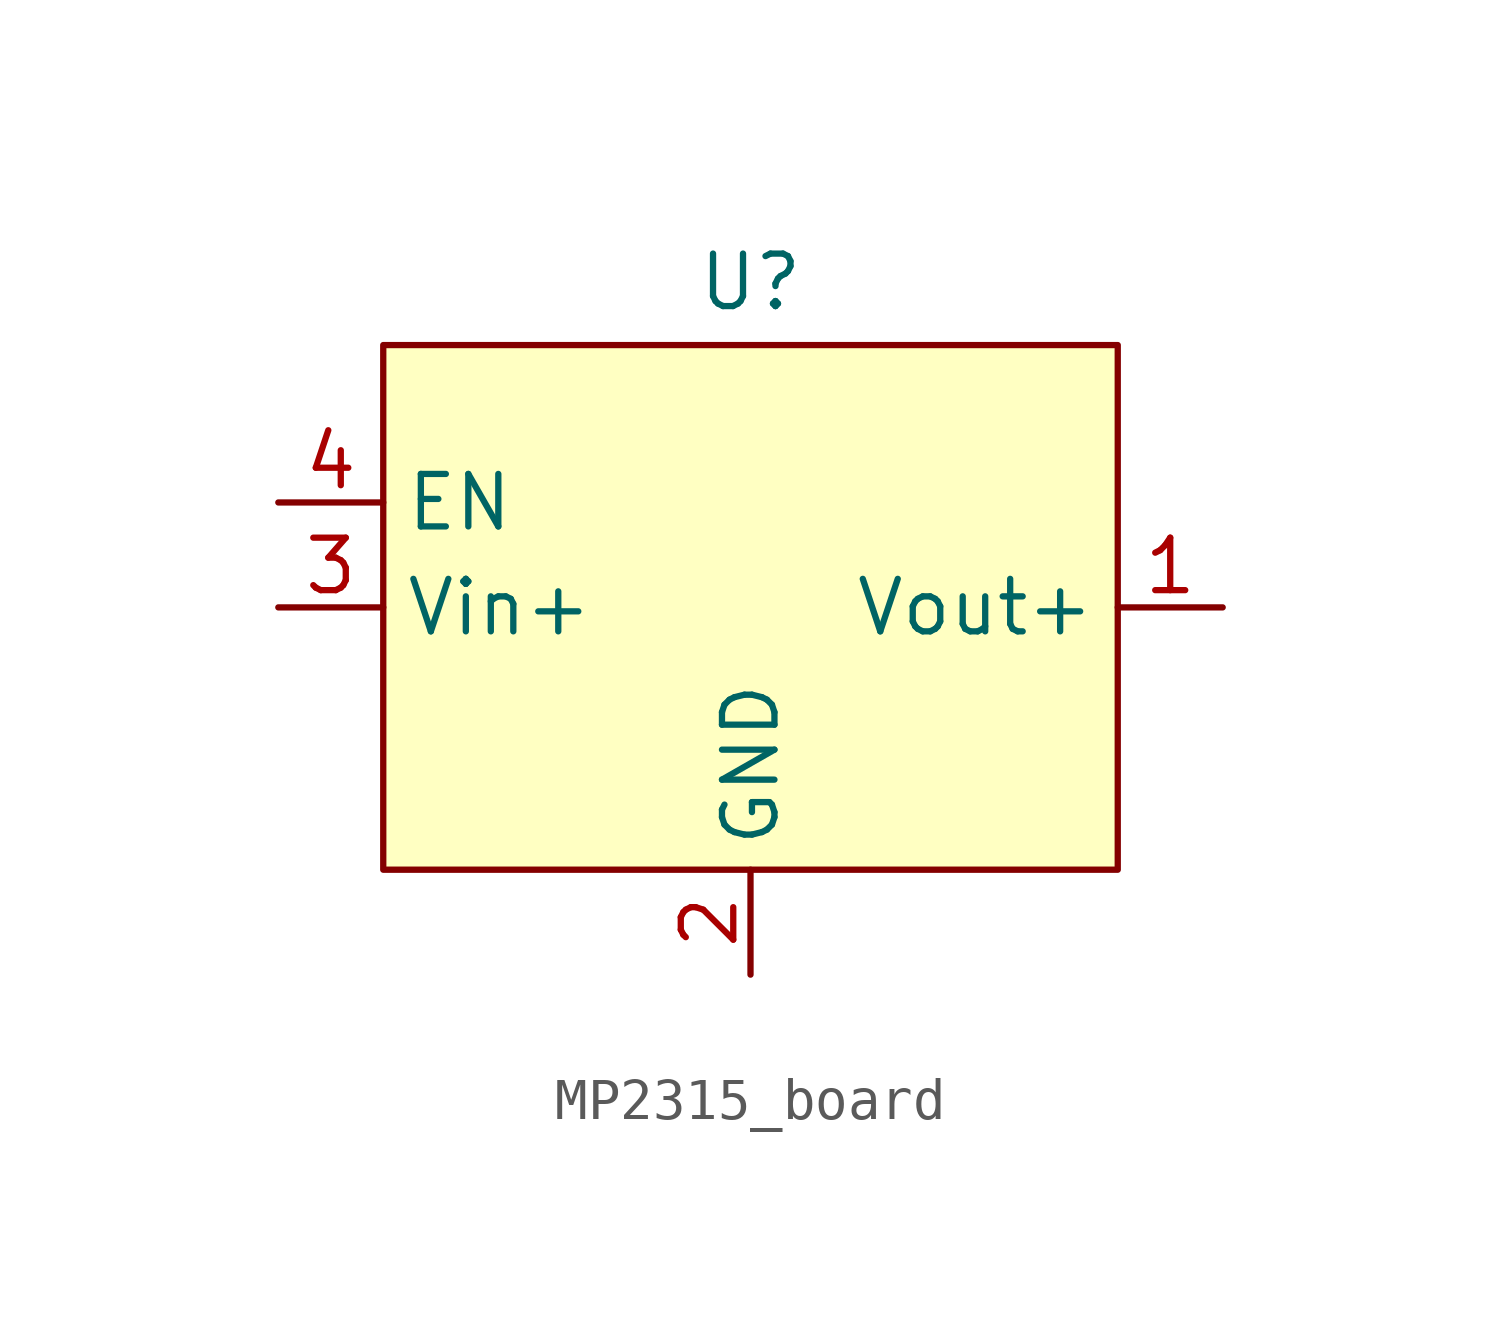
<source format=kicad_sym>
(kicad_symbol_lib
  (version 20231120)
  (generator "kicad_symbol_editor")
  (generator_version "8.0")
  (symbol "MP2315_board"
    (property "Reference" "U"
      (at 0 7.874 0)
      (effects (font (size 1.27 1.27))))
    (property "Value" ""
      (at 0 0 0)
      (effects (font (size 1.27 1.27))))
    (symbol "MP2315_board_1_1"
      (rectangle (start -8.89 6.35) (end 8.89 -6.35) (stroke (width 0) (type default)) (fill (type background)))
      (pin power_out line (at 11.43 0 180) (length 2.54) (name "Vout+" (effects (font (size 1.27 1.27)))) (number "1" (effects (font (size 1.27 1.27)))))
      (pin passive line (at 0 -8.89 90) (length 2.54) (name "GND" (effects (font (size 1.27 1.27)))) (number "2" (effects (font (size 1.27 1.27)))))
      (pin power_in line (at -11.43 0 0) (length 2.54) (name "Vin+" (effects (font (size 1.27 1.27)))) (number "3" (effects (font (size 1.27 1.27)))))
      (pin input line (at -11.43 2.54 0) (length 2.54) (name "EN" (effects (font (size 1.27 1.27)))) (number "4" (effects (font (size 1.27 1.27))))))))
</source>
